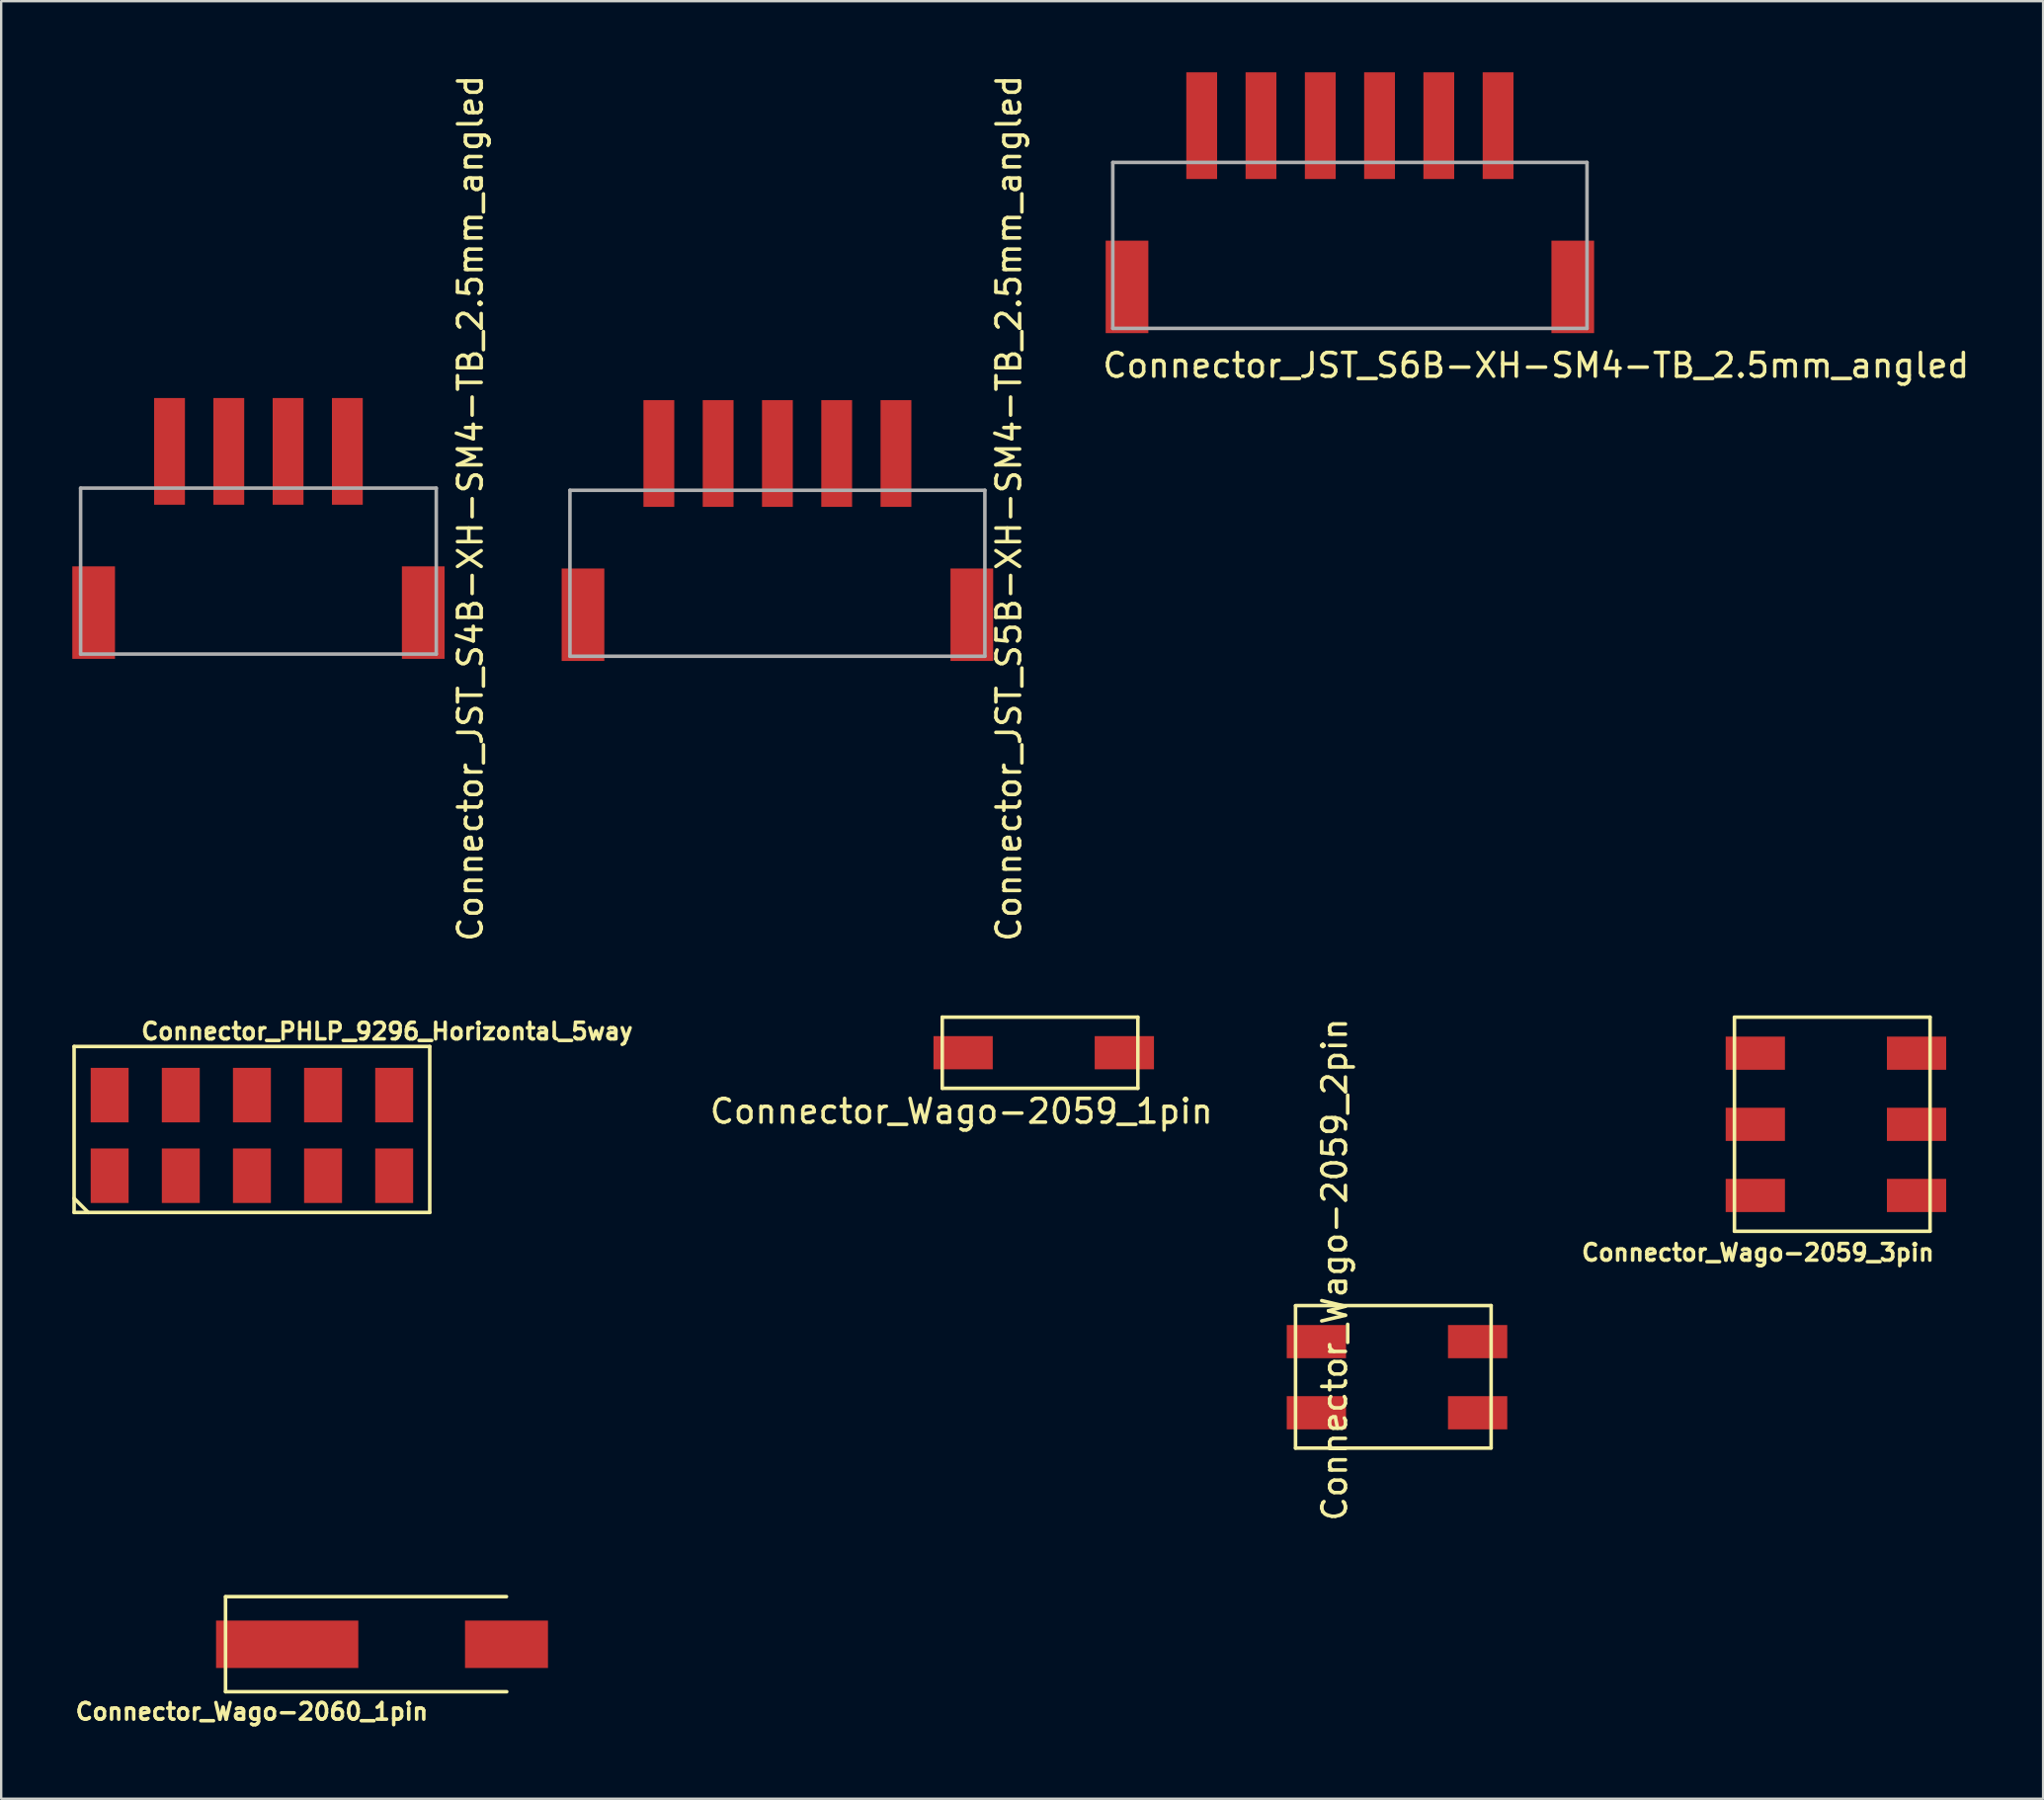
<source format=kicad_pcb>
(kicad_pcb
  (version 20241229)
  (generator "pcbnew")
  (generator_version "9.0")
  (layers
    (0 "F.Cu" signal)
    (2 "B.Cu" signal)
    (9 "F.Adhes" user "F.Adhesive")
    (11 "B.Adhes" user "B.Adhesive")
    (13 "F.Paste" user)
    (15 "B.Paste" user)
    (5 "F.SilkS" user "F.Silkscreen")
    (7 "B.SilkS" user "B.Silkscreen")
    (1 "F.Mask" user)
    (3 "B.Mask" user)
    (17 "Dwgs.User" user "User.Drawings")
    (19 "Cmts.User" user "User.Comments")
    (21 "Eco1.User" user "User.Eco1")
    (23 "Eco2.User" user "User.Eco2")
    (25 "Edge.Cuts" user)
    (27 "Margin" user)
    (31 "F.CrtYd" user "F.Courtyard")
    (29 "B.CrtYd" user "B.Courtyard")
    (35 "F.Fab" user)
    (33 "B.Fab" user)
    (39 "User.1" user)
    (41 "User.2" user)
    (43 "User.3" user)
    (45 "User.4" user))
  (footprint "Connector_Wago-2060_1pin"
    (layer "F.Cu")
    (at 10.062 66.299)
    (property "Reference" "Connector_Wago-2060_1pin" (at -2.49 2.84 180) (layer "F.SilkS") (effects (font (size 0.7 0.7) (thickness 0.15))))
    (attr smd)
    (fp_line (start -3.6 -2.01) (end 8.25 -2.01) (stroke (width 0.15) (type solid)) (layer "F.SilkS"))
    (fp_line (start -3.6 2) (end -3.6 -2) (stroke (width 0.15) (type solid)) (layer "F.SilkS"))
    (fp_line (start -3.6 2) (end 8.26 2) (stroke (width 0.15) (type solid)) (layer "F.SilkS"))
    (pad "1" smd rect (at -1 0) (size 6 2) (layers "F.Cu" "F.Mask" "F.Paste"))
    (pad "1" smd rect (at 8.25 0) (size 3.5 2) (layers "F.Cu" "F.Mask" "F.Paste")))
  (footprint "Connector_PHLP_9296_Horizontal_5way"
    (layer "F.Cu")
    (at 7.575 44.837)
    (property "Reference" "Connector_PHLP_9296_Horizontal_5way" (at 5.7 -4.39 0) (layer "F.SilkS") (effects (font (size 0.7 0.7) (thickness 0.15))))
    (attr through_hole)
    (fp_line (start -7.5 -3.75) (end 7.5 -3.75) (stroke (width 0.15) (type solid)) (layer "F.SilkS"))
    (fp_line (start -7.5 3.25) (end -7.5 -3.75) (stroke (width 0.15) (type solid)) (layer "F.SilkS"))
    (fp_line (start -7.5 3.25) (end 7.5 3.25) (stroke (width 0.15) (type solid)) (layer "F.SilkS"))
    (fp_line (start -6.9 3.25) (end -7.5 2.65) (stroke (width 0.15) (type solid)) (layer "F.SilkS"))
    (fp_line (start 7.5 3.25) (end 7.5 -3.75) (stroke (width 0.15) (type solid)) (layer "F.SilkS"))
    (pad "1" smd rect (at -6 -1.7) (size 1.6 2.3) (layers "F.Cu" "F.Mask" "F.Paste"))
    (pad "1" smd rect (at -6 1.7) (size 1.6 2.3) (layers "F.Cu" "F.Mask" "F.Paste"))
    (pad "2" smd rect (at -3 -1.7) (size 1.6 2.3) (layers "F.Cu" "F.Mask" "F.Paste"))
    (pad "2" smd rect (at -3 1.7) (size 1.6 2.3) (layers "F.Cu" "F.Mask" "F.Paste"))
    (pad "3" smd rect (at 0 -1.7) (size 1.6 2.3) (layers "F.Cu" "F.Mask" "F.Paste"))
    (pad "3" smd rect (at 0 1.7) (size 1.6 2.3) (layers "F.Cu" "F.Mask" "F.Paste"))
    (pad "4" smd rect (at 3 -1.7) (size 1.6 2.3) (layers "F.Cu" "F.Mask" "F.Paste"))
    (pad "4" smd rect (at 3 1.7) (size 1.6 2.3) (layers "F.Cu" "F.Mask" "F.Paste"))
    (pad "5" smd rect (at 6 -1.7) (size 1.6 2.3) (layers "F.Cu" "F.Mask" "F.Paste"))
    (pad "5" smd rect (at 6 1.7) (size 1.6 2.3) (layers "F.Cu" "F.Mask" "F.Paste")))
  (footprint "Connector_Wago-2059_3pin"
    (layer "F.Cu")
    (at 74.852 44.369)
    (property "Reference" "Connector_Wago-2059_3pin" (at -3.76 5.41 180) (layer "F.SilkS") (effects (font (size 0.7 0.7) (thickness 0.15))))
    (attr through_hole)
    (fp_line (start -4.75 -4.52) (end 3.5 -4.52) (stroke (width 0.15) (type solid)) (layer "F.SilkS"))
    (fp_line (start -4.75 4.51) (end -4.75 -4.51) (stroke (width 0.15) (type solid)) (layer "F.SilkS"))
    (fp_line (start -4.75 4.51) (end 3.5 4.51) (stroke (width 0.15) (type solid)) (layer "F.SilkS"))
    (fp_line (start 3.5 4.51) (end 3.5 -4.52) (stroke (width 0.15) (type solid)) (layer "F.SilkS"))
    (pad "1" smd rect (at -3.87 -3) (size 2.5 1.4) (layers "F.Cu" "F.Mask" "F.Paste"))
    (pad "1" smd rect (at 2.93 -3) (size 2.5 1.4) (layers "F.Cu" "F.Mask" "F.Paste"))
    (pad "2" smd rect (at -3.87 0) (size 2.5 1.4) (layers "F.Cu" "F.Mask" "F.Paste"))
    (pad "2" smd rect (at 2.93 0) (size 2.5 1.4) (layers "F.Cu" "F.Mask" "F.Paste"))
    (pad "3" smd rect (at -3.87 3) (size 2.5 1.4) (layers "F.Cu" "F.Mask" "F.Paste"))
    (pad "3" smd rect (at 2.93 3) (size 2.5 1.4) (layers "F.Cu" "F.Mask" "F.Paste")))
  (footprint "Connector_Wago-2059_1pin"
    (layer "F.Cu")
    (at 41.44 41.349)
    (property "Reference" "Connector_Wago-2059_1pin" (at -3.94 2.47 180) (layer "F.SilkS") (effects (font (size 1 1) (thickness 0.15))))
    (attr through_hole)
    (fp_line (start -4.75 -1.5) (end 3.5 -1.5) (stroke (width 0.15) (type solid)) (layer "F.SilkS"))
    (fp_line (start -4.75 1.5) (end -4.75 -1.5) (stroke (width 0.15) (type solid)) (layer "F.SilkS"))
    (fp_line (start -4.75 1.5) (end 3.5 1.5) (stroke (width 0.15) (type solid)) (layer "F.SilkS"))
    (fp_line (start 3.5 1.5) (end 3.5 -1.5) (stroke (width 0.15) (type solid)) (layer "F.SilkS"))
    (pad "1" smd rect (at -3.87 0) (size 2.5 1.4) (layers "F.Cu" "F.Mask" "F.Paste"))
    (pad "1" smd rect (at 2.93 0) (size 2.5 1.4) (layers "F.Cu" "F.Mask" "F.Paste")))
  (footprint "Connector_Wago-2059_2pin"
    (layer "F.Cu")
    (at 56.34 55.024)
    (property "Reference" "Connector_Wago-2059_2pin" (at -3.1 -4.53 90) (layer "F.SilkS") (effects (font (size 1 1) (thickness 0.15))))
    (attr through_hole)
    (fp_line (start -4.75 -3.01) (end 3.5 -3.01) (stroke (width 0.15) (type solid)) (layer "F.SilkS"))
    (fp_line (start -4.75 3) (end -4.75 -3) (stroke (width 0.15) (type solid)) (layer "F.SilkS"))
    (fp_line (start -4.75 3) (end 3.5 3) (stroke (width 0.15) (type solid)) (layer "F.SilkS"))
    (fp_line (start 3.5 2.99) (end 3.5 -3.01) (stroke (width 0.15) (type solid)) (layer "F.SilkS"))
    (pad "1" smd rect (at -3.87 -1.49) (size 2.5 1.4) (layers "F.Cu" "F.Mask" "F.Paste"))
    (pad "1" smd rect (at 2.93 -1.49) (size 2.5 1.4) (layers "F.Cu" "F.Mask" "F.Paste"))
    (pad "2" smd rect (at -3.87 1.51) (size 2.5 1.4) (layers "F.Cu" "F.Mask" "F.Paste"))
    (pad "2" smd rect (at 2.93 1.51) (size 2.5 1.4) (layers "F.Cu" "F.Mask" "F.Paste")))
  (footprint "Connector_JST_S4B-XH-SM4-TB_2.5mm_angled"
    (layer "F.Cu")
    (at 7.85 15.987)
    (property "Reference" "Connector_JST_S4B-XH-SM4-TB_2.5mm_angled" (at 8.94 2.4 90) (layer "F.SilkS") (effects (font (size 1 1) (thickness 0.15))))
    (attr through_hole)
    (fp_line (start -7.5 1.55) (end -7.5 8.55) (stroke (width 0.15) (type solid)) (layer "F.Fab"))
    (fp_line (start -7.5 1.55) (end 7.5 1.55) (stroke (width 0.15) (type solid)) (layer "F.Fab"))
    (fp_line (start -7.5 8.55) (end 7.5 8.55) (stroke (width 0.15) (type solid)) (layer "F.Fab"))
    (fp_line (start 7.5 1.55) (end 7.5 8.55) (stroke (width 0.15) (type solid)) (layer "F.Fab"))
    (pad "0" smd rect (at -6.95 6.8) (size 1.8 3.9) (layers "F.Cu" "F.Mask" "F.Paste"))
    (pad "0" smd rect (at 6.95 6.8) (size 1.8 3.9) (layers "F.Cu" "F.Mask" "F.Paste"))
    (pad "1" smd rect (at -3.75 0) (size 1.3 4.5) (layers "F.Cu" "F.Mask" "F.Paste"))
    (pad "2" smd rect (at -1.25 0) (size 1.3 4.5) (layers "F.Cu" "F.Mask" "F.Paste"))
    (pad "3" smd rect (at 1.25 0) (size 1.3 4.5) (layers "F.Cu" "F.Mask" "F.Paste"))
    (pad "4" smd rect (at 3.75 0) (size 1.3 4.5) (layers "F.Cu" "F.Mask" "F.Paste")))
  (footprint "Connector_JST_S6B-XH-SM4-TB_2.5mm_angled"
    (layer "F.Cu")
    (at 53.883 2.25)
    (property "Reference" "Connector_JST_S6B-XH-SM4-TB_2.5mm_angled" (at 7.85 10.11 0) (layer "F.SilkS") (effects (font (size 1 1) (thickness 0.15))))
    (attr through_hole)
    (fp_line (start -10 1.55) (end -10 8.55) (stroke (width 0.15) (type solid)) (layer "F.Fab"))
    (fp_line (start -10 1.55) (end 10 1.55) (stroke (width 0.15) (type solid)) (layer "F.Fab"))
    (fp_line (start -10 8.55) (end 10 8.55) (stroke (width 0.15) (type solid)) (layer "F.Fab"))
    (fp_line (start 10 1.55) (end 10 8.55) (stroke (width 0.15) (type solid)) (layer "F.Fab"))
    (pad "0" smd rect (at -9.4 6.8) (size 1.8 3.9) (layers "F.Cu" "F.Mask" "F.Paste"))
    (pad "0" smd rect (at 9.4 6.8) (size 1.8 3.9) (layers "F.Cu" "F.Mask" "F.Paste"))
    (pad "1" smd rect (at -6.25 0) (size 1.3 4.5) (layers "F.Cu" "F.Mask" "F.Paste"))
    (pad "2" smd rect (at -3.75 0) (size 1.3 4.5) (layers "F.Cu" "F.Mask" "F.Paste"))
    (pad "3" smd rect (at -1.25 0) (size 1.3 4.5) (layers "F.Cu" "F.Mask" "F.Paste"))
    (pad "4" smd rect (at 1.25 0) (size 1.3 4.5) (layers "F.Cu" "F.Mask" "F.Paste"))
    (pad "5" smd rect (at 3.75 0) (size 1.3 4.5) (layers "F.Cu" "F.Mask" "F.Paste"))
    (pad "6" smd rect (at 6.25 0) (size 1.3 4.5) (layers "F.Cu" "F.Mask" "F.Paste")))
  (footprint "Connector_JST_S5B-XH-SM4-TB_2.5mm_angled"
    (layer "F.Cu")
    (at 29.738 16.077)
    (property "Reference" "Connector_JST_S5B-XH-SM4-TB_2.5mm_angled" (at 9.76 2.31 90) (layer "F.SilkS") (effects (font (size 1 1) (thickness 0.15))))
    (attr through_hole)
    (fp_line (start -8.75 1.55) (end -8.75 8.55) (stroke (width 0.15) (type solid)) (layer "F.Fab"))
    (fp_line (start -8.75 1.55) (end 8.75 1.55) (stroke (width 0.15) (type solid)) (layer "F.Fab"))
    (fp_line (start -8.75 8.55) (end 8.75 8.55) (stroke (width 0.15) (type solid)) (layer "F.Fab"))
    (fp_line (start 8.75 1.55) (end 8.75 8.55) (stroke (width 0.15) (type solid)) (layer "F.Fab"))
    (pad "0" smd rect (at -8.2 6.8) (size 1.8 3.9) (layers "F.Cu" "F.Mask" "F.Paste"))
    (pad "0" smd rect (at 8.2 6.8) (size 1.8 3.9) (layers "F.Cu" "F.Mask" "F.Paste"))
    (pad "1" smd rect (at -5 0) (size 1.3 4.5) (layers "F.Cu" "F.Mask" "F.Paste"))
    (pad "2" smd rect (at -2.5 0) (size 1.3 4.5) (layers "F.Cu" "F.Mask" "F.Paste"))
    (pad "3" smd rect (at 0 0) (size 1.3 4.5) (layers "F.Cu" "F.Mask" "F.Paste"))
    (pad "4" smd rect (at 2.5 0) (size 1.3 4.5) (layers "F.Cu" "F.Mask" "F.Paste"))
    (pad "5" smd rect (at 5 0) (size 1.3 4.5) (layers "F.Cu" "F.Mask" "F.Paste")))
  (gr_rect
    (start -3 -3)
    (end 83.12 72.812)
    (stroke (width 0.1) (type default))
    (fill no)
    (layer "Edge.Cuts")))
</source>
